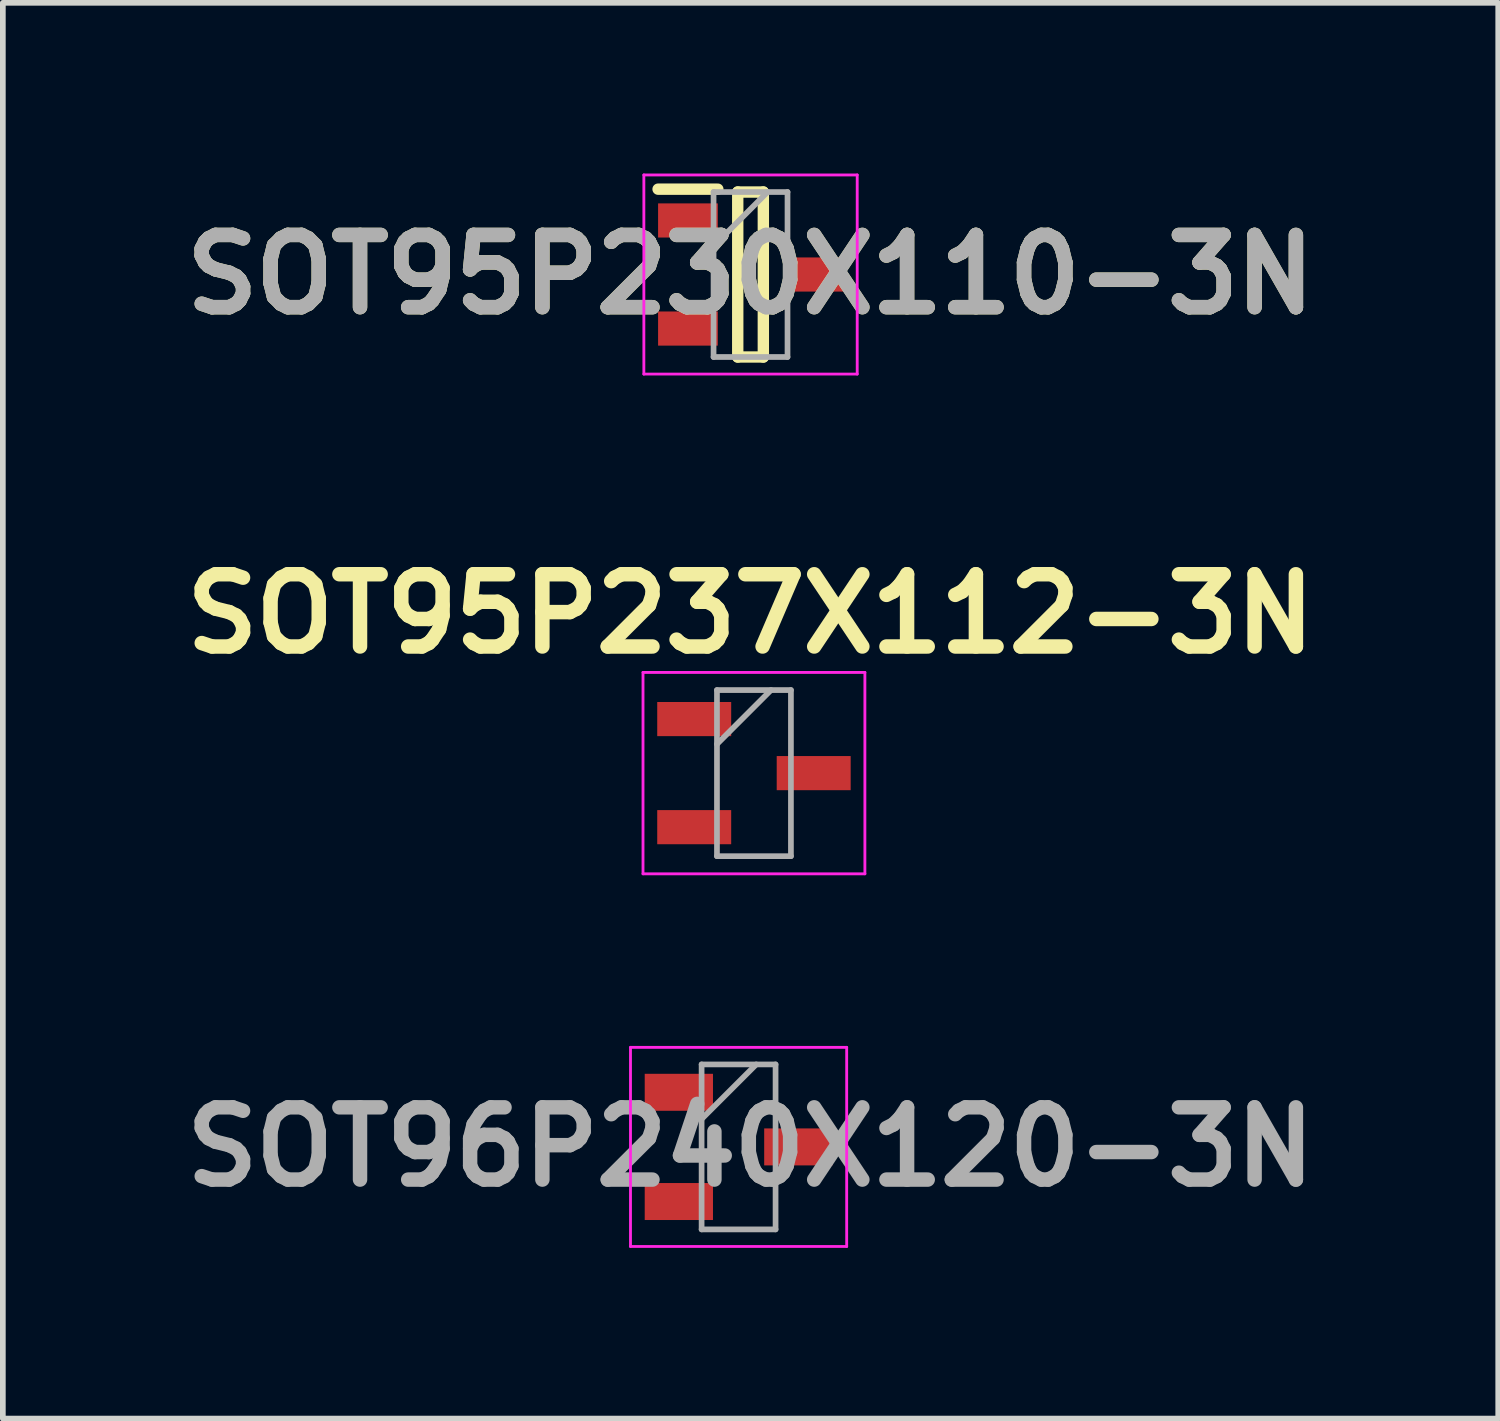
<source format=kicad_pcb>
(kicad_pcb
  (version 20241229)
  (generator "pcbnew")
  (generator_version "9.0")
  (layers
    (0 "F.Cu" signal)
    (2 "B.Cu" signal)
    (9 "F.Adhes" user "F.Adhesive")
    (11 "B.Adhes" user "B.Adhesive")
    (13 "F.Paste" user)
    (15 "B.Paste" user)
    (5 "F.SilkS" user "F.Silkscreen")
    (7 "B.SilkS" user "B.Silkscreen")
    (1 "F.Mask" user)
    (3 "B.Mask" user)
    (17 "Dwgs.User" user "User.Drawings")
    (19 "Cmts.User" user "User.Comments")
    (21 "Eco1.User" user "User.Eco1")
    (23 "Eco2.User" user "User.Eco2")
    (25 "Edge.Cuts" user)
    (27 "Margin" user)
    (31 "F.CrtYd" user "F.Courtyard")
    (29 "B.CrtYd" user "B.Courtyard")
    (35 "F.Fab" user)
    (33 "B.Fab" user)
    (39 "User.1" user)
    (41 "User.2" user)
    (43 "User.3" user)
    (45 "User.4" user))
  (footprint "SOT96P240X120-3N"
    (layer "F.Cu")
    (at 9.932 17.109)
    (property "Reference" "SOT96P240X120-3N" (at 0.21 0 0) (layer "F.Fab") (effects (font (size 1.27 1.27) (thickness 0.254))))
    (attr smd)
    (fp_line (start -1.9 -1.75) (end 1.9 -1.75) (stroke (width 0.05) (type solid)) (layer "F.CrtYd"))
    (fp_line (start -1.9 1.75) (end -1.9 -1.75) (stroke (width 0.05) (type solid)) (layer "F.CrtYd"))
    (fp_line (start 1.9 -1.75) (end 1.9 1.75) (stroke (width 0.05) (type solid)) (layer "F.CrtYd"))
    (fp_line (start 1.9 1.75) (end -1.9 1.75) (stroke (width 0.05) (type solid)) (layer "F.CrtYd"))
    (fp_line (start -0.65 -1.45) (end 0.65 -1.45) (stroke (width 0.1) (type solid)) (layer "F.Fab"))
    (fp_line (start -0.65 -0.49) (end 0.31 -1.45) (stroke (width 0.1) (type solid)) (layer "F.Fab"))
    (fp_line (start -0.65 1.45) (end -0.65 -1.45) (stroke (width 0.1) (type solid)) (layer "F.Fab"))
    (fp_line (start 0.65 -1.45) (end 0.65 1.45) (stroke (width 0.1) (type solid)) (layer "F.Fab"))
    (fp_line (start 0.65 1.45) (end -0.65 1.45) (stroke (width 0.1) (type solid)) (layer "F.Fab"))
    (pad "1" smd rect (at -1.05 -0.96 90) (size 0.65 1.2) (layers "F.Cu" "F.Mask" "F.Paste"))
    (pad "2" smd rect (at -1.05 0.96 90) (size 0.65 1.2) (layers "F.Cu" "F.Mask" "F.Paste"))
    (pad "3" smd rect (at 1.05 0 90) (size 0.65 1.2) (layers "F.Cu" "F.Mask" "F.Paste")))
  (footprint "SOT95P237X112-3N"
    (layer "F.Cu")
    (at 10.202 10.539)
    (property "Reference" "SOT95P237X112-3N" (at -0.06 -2.8 0) (layer "F.SilkS") (effects (font (size 1.27 1.27) (thickness 0.254))))
    (attr smd)
    (fp_line (start -1.95 -1.77) (end 1.95 -1.77) (stroke (width 0.05) (type solid)) (layer "F.CrtYd"))
    (fp_line (start -1.95 1.77) (end -1.95 -1.77) (stroke (width 0.05) (type solid)) (layer "F.CrtYd"))
    (fp_line (start 1.95 -1.77) (end 1.95 1.77) (stroke (width 0.05) (type solid)) (layer "F.CrtYd"))
    (fp_line (start 1.95 1.77) (end -1.95 1.77) (stroke (width 0.05) (type solid)) (layer "F.CrtYd"))
    (fp_line (start -0.65 -1.46) (end 0.65 -1.46) (stroke (width 0.1) (type solid)) (layer "F.Fab"))
    (fp_line (start -0.65 -0.51) (end 0.3 -1.46) (stroke (width 0.1) (type solid)) (layer "F.Fab"))
    (fp_line (start -0.65 1.46) (end -0.65 -1.46) (stroke (width 0.1) (type solid)) (layer "F.Fab"))
    (fp_line (start 0.65 -1.46) (end 0.65 1.46) (stroke (width 0.1) (type solid)) (layer "F.Fab"))
    (fp_line (start 0.65 1.46) (end -0.65 1.46) (stroke (width 0.1) (type solid)) (layer "F.Fab"))
    (pad "1" smd rect (at -1.05 -0.95 90) (size 0.6 1.3) (layers "F.Cu" "F.Mask" "F.Paste"))
    (pad "2" smd rect (at -1.05 0.95 90) (size 0.6 1.3) (layers "F.Cu" "F.Mask" "F.Paste"))
    (pad "3" smd rect (at 1.05 0 90) (size 0.6 1.3) (layers "F.Cu" "F.Mask" "F.Paste")))
  (footprint "SOT95P230X110-3N"
    (layer "F.Cu")
    (at 10.142 1.775)
    (property "Reference" "SOT95P230X110-3N" (at 0 0 0) (layer "F.SilkS") (effects (font (size 1.27 1.27) (thickness 0.254))))
    (attr smd)
    (fp_line (start -1.625 -1.5) (end -0.575 -1.5) (stroke (width 0.2) (type solid)) (layer "F.SilkS"))
    (fp_line (start -0.225 -1.45) (end 0.225 -1.45) (stroke (width 0.2) (type solid)) (layer "F.SilkS"))
    (fp_line (start -0.225 1.45) (end -0.225 -1.45) (stroke (width 0.2) (type solid)) (layer "F.SilkS"))
    (fp_line (start 0.225 -1.45) (end 0.225 1.45) (stroke (width 0.2) (type solid)) (layer "F.SilkS"))
    (fp_line (start 0.225 1.45) (end -0.225 1.45) (stroke (width 0.2) (type solid)) (layer "F.SilkS"))
    (fp_line (start -1.875 -1.75) (end 1.875 -1.75) (stroke (width 0.05) (type solid)) (layer "F.CrtYd"))
    (fp_line (start -1.875 1.75) (end -1.875 -1.75) (stroke (width 0.05) (type solid)) (layer "F.CrtYd"))
    (fp_line (start 1.875 -1.75) (end 1.875 1.75) (stroke (width 0.05) (type solid)) (layer "F.CrtYd"))
    (fp_line (start 1.875 1.75) (end -1.875 1.75) (stroke (width 0.05) (type solid)) (layer "F.CrtYd"))
    (fp_line (start -0.65 -1.45) (end 0.65 -1.45) (stroke (width 0.1) (type solid)) (layer "F.Fab"))
    (fp_line (start -0.65 -0.5) (end 0.3 -1.45) (stroke (width 0.1) (type solid)) (layer "F.Fab"))
    (fp_line (start -0.65 1.45) (end -0.65 -1.45) (stroke (width 0.1) (type solid)) (layer "F.Fab"))
    (fp_line (start 0.65 -1.45) (end 0.65 1.45) (stroke (width 0.1) (type solid)) (layer "F.Fab"))
    (fp_line (start 0.65 1.45) (end -0.65 1.45) (stroke (width 0.1) (type solid)) (layer "F.Fab"))
    (fp_text user "${REFERENCE}" (at 0 0 0) (layer "F.Fab") (effects (font (size 1.27 1.27) (thickness 0.254))))
    (pad "1" smd rect (at -1.1 -0.95 90) (size 0.6 1.05) (layers "F.Cu" "F.Mask" "F.Paste"))
    (pad "2" smd rect (at -1.1 0.95 90) (size 0.6 1.05) (layers "F.Cu" "F.Mask" "F.Paste"))
    (pad "3" smd rect (at 1.1 0 90) (size 0.6 1.05) (layers "F.Cu" "F.Mask" "F.Paste")))
  (gr_rect
    (start -3 -3)
    (end 23.284 21.884)
    (stroke (width 0.1) (type default))
    (fill no)
    (layer "Edge.Cuts")))
</source>
